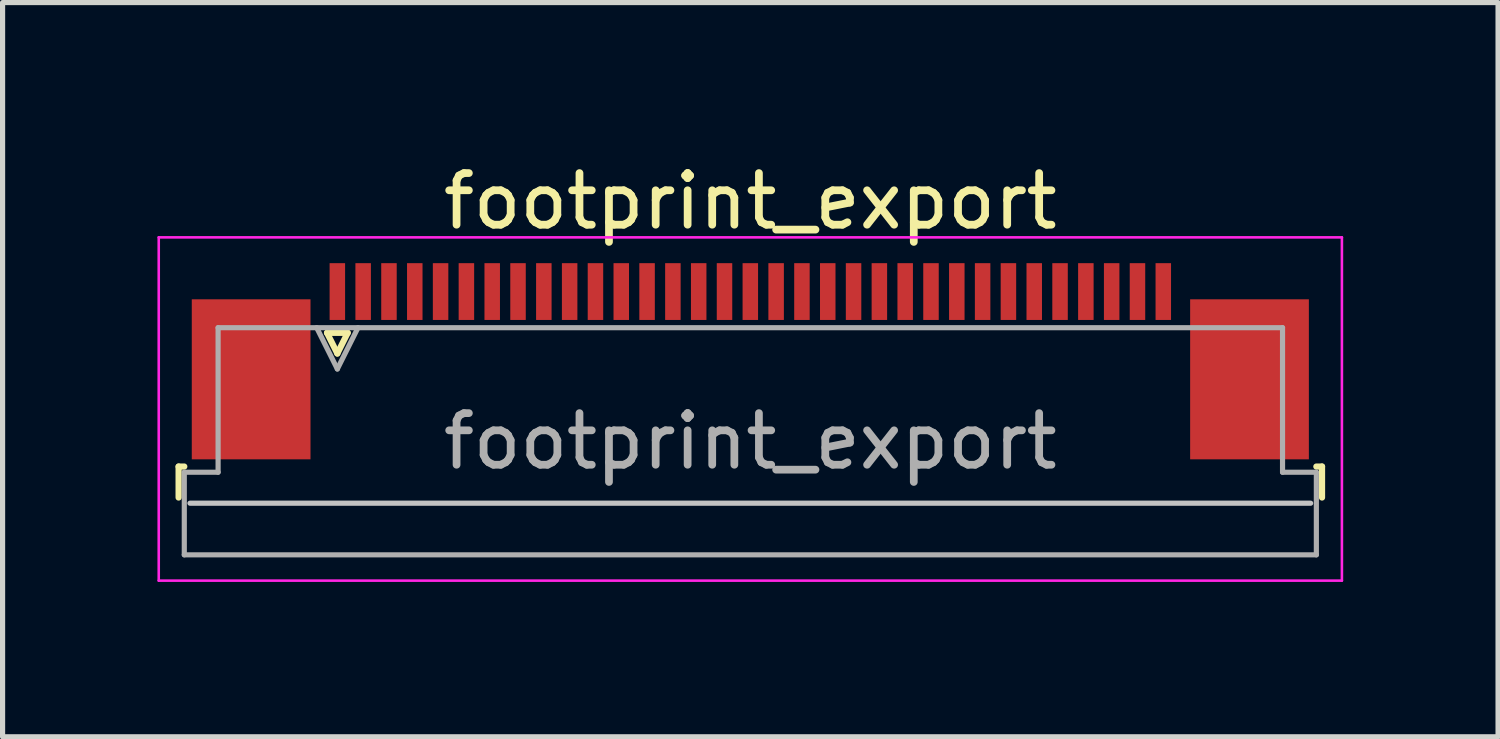
<source format=kicad_pcb>
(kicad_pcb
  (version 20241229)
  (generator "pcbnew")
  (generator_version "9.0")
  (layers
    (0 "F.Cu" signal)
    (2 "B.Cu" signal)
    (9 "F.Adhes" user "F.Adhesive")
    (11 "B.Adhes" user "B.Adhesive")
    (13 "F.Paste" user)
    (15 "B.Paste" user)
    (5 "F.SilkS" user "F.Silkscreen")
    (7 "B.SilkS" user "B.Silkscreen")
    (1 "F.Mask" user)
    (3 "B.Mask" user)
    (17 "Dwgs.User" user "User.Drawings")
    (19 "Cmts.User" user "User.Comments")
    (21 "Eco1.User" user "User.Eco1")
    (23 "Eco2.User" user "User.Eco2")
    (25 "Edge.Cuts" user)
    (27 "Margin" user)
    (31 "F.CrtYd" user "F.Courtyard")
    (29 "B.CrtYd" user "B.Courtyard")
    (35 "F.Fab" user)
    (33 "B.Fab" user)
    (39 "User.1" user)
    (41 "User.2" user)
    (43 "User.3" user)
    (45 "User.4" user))
  (footprint "footprint_export"
    (layer "F.Cu")
    (at 11.485 3.948)
    (property "Reference" "footprint_export" (at 0 -3.1 0) (layer "F.SilkS") (effects (font (size 1 1) (thickness 0.15))))
    (attr smd)
    (fp_line (start -11.075 2.04) (end -11.075 2.64) (stroke (width 0.12) (type solid)) (layer "F.SilkS"))
    (fp_line (start -10.965 2.04) (end -11.075 2.04) (stroke (width 0.12) (type solid)) (layer "F.SilkS"))
    (fp_line (start -8.2 -0.55) (end -8 -0.15) (stroke (width 0.12) (type solid)) (layer "F.SilkS"))
    (fp_line (start -8 -0.15) (end -7.8 -0.55) (stroke (width 0.12) (type solid)) (layer "F.SilkS"))
    (fp_line (start -7.8 -0.55) (end -8.2 -0.55) (stroke (width 0.12) (type solid)) (layer "F.SilkS"))
    (fp_line (start 10.965 2.04) (end 11.075 2.04) (stroke (width 0.12) (type solid)) (layer "F.SilkS"))
    (fp_line (start 11.075 2.04) (end 11.075 2.64) (stroke (width 0.12) (type solid)) (layer "F.SilkS"))
    (fp_line (start 10.855 2.75) (end -10.855 2.75) (stroke (width 0.1) (type solid)) (layer "Dwgs.User"))
    (fp_line (start -11.46 -2.4) (end -11.46 4.25) (stroke (width 0.05) (type solid)) (layer "F.CrtYd"))
    (fp_line (start -11.46 4.25) (end 11.46 4.25) (stroke (width 0.05) (type solid)) (layer "F.CrtYd"))
    (fp_line (start 11.46 -2.4) (end -11.46 -2.4) (stroke (width 0.05) (type solid)) (layer "F.CrtYd"))
    (fp_line (start 11.46 4.25) (end 11.46 -2.4) (stroke (width 0.05) (type solid)) (layer "F.CrtYd"))
    (fp_line (start -10.965 2.15) (end -10.31 2.15) (stroke (width 0.1) (type solid)) (layer "F.Fab"))
    (fp_line (start -10.965 3.75) (end -10.965 2.15) (stroke (width 0.1) (type solid)) (layer "F.Fab"))
    (fp_line (start -10.31 -0.65) (end 10.31 -0.65) (stroke (width 0.1) (type solid)) (layer "F.Fab"))
    (fp_line (start -10.31 2.15) (end -10.31 -0.65) (stroke (width 0.1) (type solid)) (layer "F.Fab"))
    (fp_line (start -8.4 -0.65) (end -8 0.15) (stroke (width 0.1) (type solid)) (layer "F.Fab"))
    (fp_line (start -8 0.15) (end -7.6 -0.65) (stroke (width 0.1) (type solid)) (layer "F.Fab"))
    (fp_line (start 10.31 -0.65) (end 10.31 2.15) (stroke (width 0.1) (type solid)) (layer "F.Fab"))
    (fp_line (start 10.31 2.15) (end 10.965 2.15) (stroke (width 0.1) (type solid)) (layer "F.Fab"))
    (fp_line (start 10.965 2.15) (end 10.965 3.75) (stroke (width 0.1) (type solid)) (layer "F.Fab"))
    (fp_line (start 10.965 3.75) (end -10.965 3.75) (stroke (width 0.1) (type solid)) (layer "F.Fab"))
    (fp_text user "${REFERENCE}" (at 0 1.55 0) (layer "F.Fab") (effects (font (size 1 1) (thickness 0.15))))
    (pad "1" smd rect (at -8 -1.35) (size 0.3 1.1) (layers "F.Cu" "F.Mask" "F.Paste"))
    (pad "2" smd rect (at -7.5 -1.35) (size 0.3 1.1) (layers "F.Cu" "F.Mask" "F.Paste"))
    (pad "3" smd rect (at -7 -1.35) (size 0.3 1.1) (layers "F.Cu" "F.Mask" "F.Paste"))
    (pad "4" smd rect (at -6.5 -1.35) (size 0.3 1.1) (layers "F.Cu" "F.Mask" "F.Paste"))
    (pad "5" smd rect (at -6 -1.35) (size 0.3 1.1) (layers "F.Cu" "F.Mask" "F.Paste"))
    (pad "6" smd rect (at -5.5 -1.35) (size 0.3 1.1) (layers "F.Cu" "F.Mask" "F.Paste"))
    (pad "7" smd rect (at -5 -1.35) (size 0.3 1.1) (layers "F.Cu" "F.Mask" "F.Paste"))
    (pad "8" smd rect (at -4.5 -1.35) (size 0.3 1.1) (layers "F.Cu" "F.Mask" "F.Paste"))
    (pad "9" smd rect (at -4 -1.35) (size 0.3 1.1) (layers "F.Cu" "F.Mask" "F.Paste"))
    (pad "10" smd rect (at -3.5 -1.35) (size 0.3 1.1) (layers "F.Cu" "F.Mask" "F.Paste"))
    (pad "11" smd rect (at -3 -1.35) (size 0.3 1.1) (layers "F.Cu" "F.Mask" "F.Paste"))
    (pad "12" smd rect (at -2.5 -1.35) (size 0.3 1.1) (layers "F.Cu" "F.Mask" "F.Paste"))
    (pad "13" smd rect (at -2 -1.35) (size 0.3 1.1) (layers "F.Cu" "F.Mask" "F.Paste"))
    (pad "14" smd rect (at -1.5 -1.35) (size 0.3 1.1) (layers "F.Cu" "F.Mask" "F.Paste"))
    (pad "15" smd rect (at -1 -1.35) (size 0.3 1.1) (layers "F.Cu" "F.Mask" "F.Paste"))
    (pad "16" smd rect (at -0.5 -1.35) (size 0.3 1.1) (layers "F.Cu" "F.Mask" "F.Paste"))
    (pad "17" smd rect (at 0 -1.35) (size 0.3 1.1) (layers "F.Cu" "F.Mask" "F.Paste"))
    (pad "18" smd rect (at 0.5 -1.35) (size 0.3 1.1) (layers "F.Cu" "F.Mask" "F.Paste"))
    (pad "19" smd rect (at 1 -1.35) (size 0.3 1.1) (layers "F.Cu" "F.Mask" "F.Paste"))
    (pad "20" smd rect (at 1.5 -1.35) (size 0.3 1.1) (layers "F.Cu" "F.Mask" "F.Paste"))
    (pad "21" smd rect (at 2 -1.35) (size 0.3 1.1) (layers "F.Cu" "F.Mask" "F.Paste"))
    (pad "22" smd rect (at 2.5 -1.35) (size 0.3 1.1) (layers "F.Cu" "F.Mask" "F.Paste"))
    (pad "23" smd rect (at 3 -1.35) (size 0.3 1.1) (layers "F.Cu" "F.Mask" "F.Paste"))
    (pad "24" smd rect (at 3.5 -1.35) (size 0.3 1.1) (layers "F.Cu" "F.Mask" "F.Paste"))
    (pad "25" smd rect (at 4 -1.35) (size 0.3 1.1) (layers "F.Cu" "F.Mask" "F.Paste"))
    (pad "26" smd rect (at 4.5 -1.35) (size 0.3 1.1) (layers "F.Cu" "F.Mask" "F.Paste"))
    (pad "27" smd rect (at 5 -1.35) (size 0.3 1.1) (layers "F.Cu" "F.Mask" "F.Paste"))
    (pad "28" smd rect (at 5.5 -1.35) (size 0.3 1.1) (layers "F.Cu" "F.Mask" "F.Paste"))
    (pad "29" smd rect (at 6 -1.35) (size 0.3 1.1) (layers "F.Cu" "F.Mask" "F.Paste"))
    (pad "30" smd rect (at 6.5 -1.35) (size 0.3 1.1) (layers "F.Cu" "F.Mask" "F.Paste"))
    (pad "31" smd rect (at 7 -1.35) (size 0.3 1.1) (layers "F.Cu" "F.Mask" "F.Paste"))
    (pad "32" smd rect (at 7.5 -1.35) (size 0.3 1.1) (layers "F.Cu" "F.Mask" "F.Paste"))
    (pad "33" smd rect (at 8 -1.35) (size 0.3 1.1) (layers "F.Cu" "F.Mask" "F.Paste"))
    (pad "MP" smd rect (at -9.67 0.35) (size 2.3 3.1) (layers "F.Cu" "F.Mask" "F.Paste"))
    (pad "MP" smd rect (at 9.67 0.35) (size 2.3 3.1) (layers "F.Cu" "F.Mask" "F.Paste")))
  (gr_rect
    (start -3 -3)
    (end 25.97 11.223)
    (stroke (width 0.1) (type default))
    (fill no)
    (layer "Edge.Cuts")))
</source>
